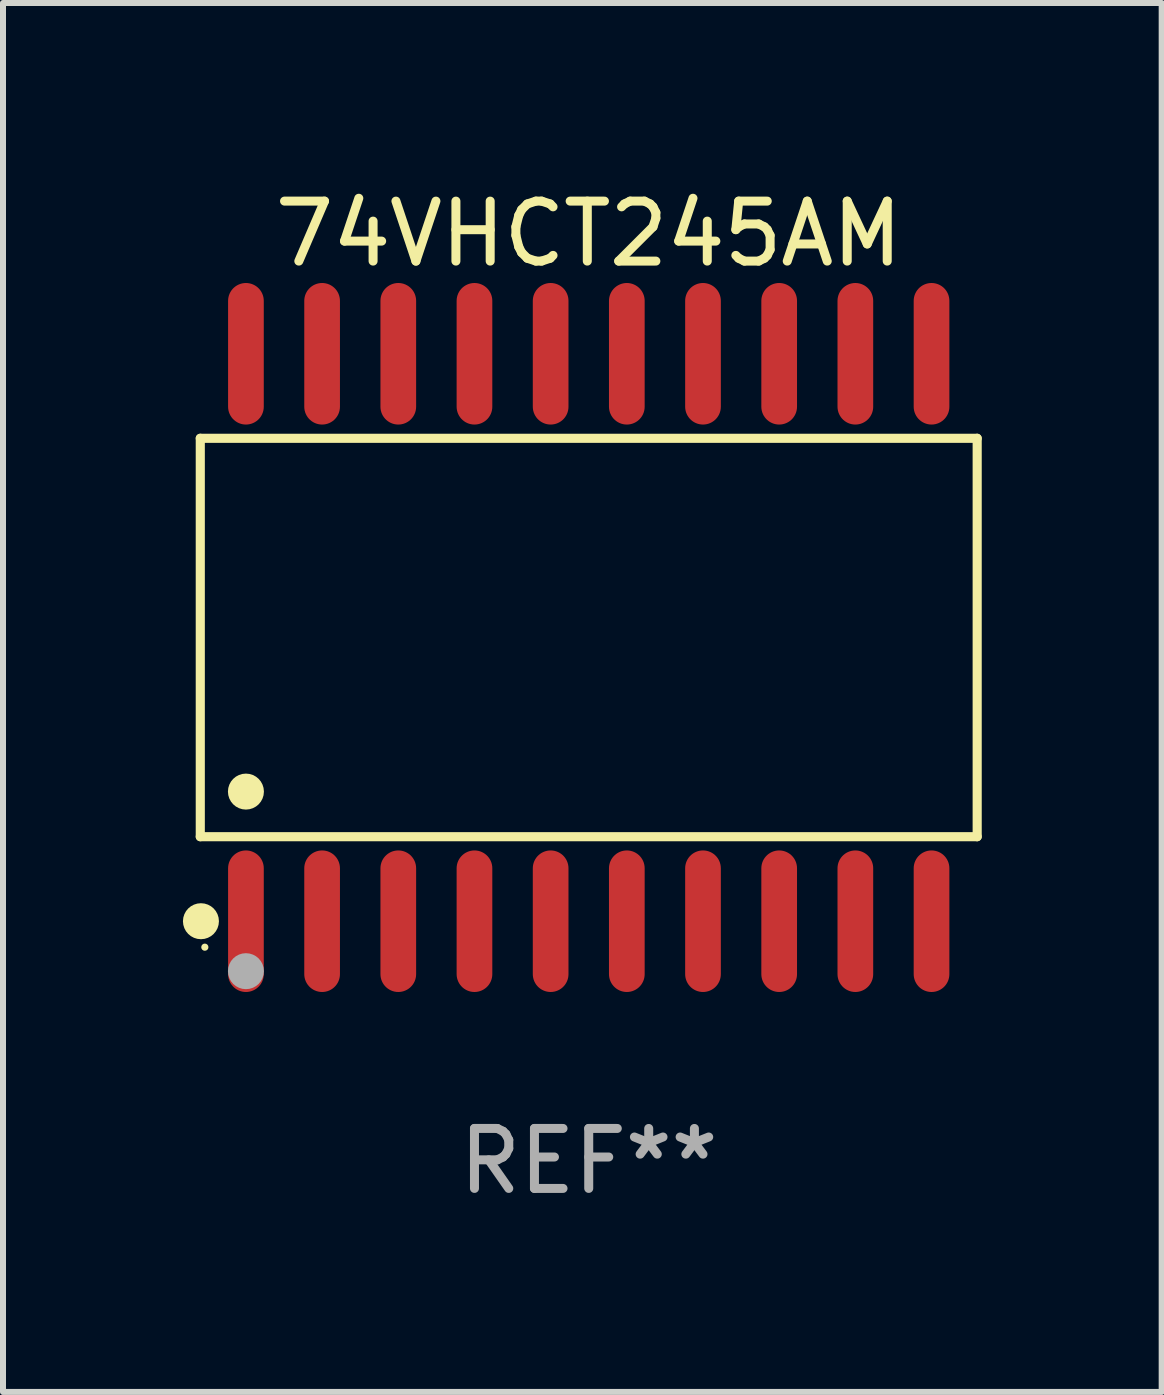
<source format=kicad_pcb>
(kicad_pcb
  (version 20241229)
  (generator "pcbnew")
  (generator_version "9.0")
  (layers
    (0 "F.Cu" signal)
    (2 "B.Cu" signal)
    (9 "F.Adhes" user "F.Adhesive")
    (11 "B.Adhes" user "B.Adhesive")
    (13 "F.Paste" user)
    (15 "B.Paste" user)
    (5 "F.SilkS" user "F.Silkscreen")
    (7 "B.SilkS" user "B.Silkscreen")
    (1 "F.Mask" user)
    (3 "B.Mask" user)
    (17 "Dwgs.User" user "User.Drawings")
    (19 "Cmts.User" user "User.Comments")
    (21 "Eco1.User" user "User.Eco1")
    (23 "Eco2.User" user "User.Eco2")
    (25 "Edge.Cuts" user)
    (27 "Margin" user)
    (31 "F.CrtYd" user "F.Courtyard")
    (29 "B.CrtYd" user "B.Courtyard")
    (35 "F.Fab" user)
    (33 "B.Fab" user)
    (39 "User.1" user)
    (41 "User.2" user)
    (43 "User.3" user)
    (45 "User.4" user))
  (footprint "74VHCT245AM"
    (layer "F.Cu")
    (at 6.765 7.578)
    (property "Reference" "74VHCT245AM" (at 0 -6.73 0) (layer "F.SilkS") (effects (font (size 1 1) (thickness 0.15))))
    (attr through_hole)
    (fp_line (start -6.476 -3.321) (end 6.476 -3.321) (stroke (width 0.152) (type solid)) (layer "F.SilkS"))
    (fp_line (start -6.476 3.321) (end -6.476 -3.321) (stroke (width 0.152) (type solid)) (layer "F.SilkS"))
    (fp_line (start 6.476 -3.321) (end 6.476 3.321) (stroke (width 0.152) (type solid)) (layer "F.SilkS"))
    (fp_line (start 6.476 3.321) (end -6.476 3.321) (stroke (width 0.152) (type solid)) (layer "F.SilkS"))
    (fp_circle (center -6.465 4.73) (end -6.315 4.73) (stroke (width 0.3) (type solid)) (fill no) (layer "F.SilkS"))
    (fp_circle (center -6.4 5.163) (end -6.37 5.163) (stroke (width 0.06) (type solid)) (fill no) (layer "F.SilkS"))
    (fp_circle (center -5.715 2.569) (end -5.565 2.569) (stroke (width 0.3) (type solid)) (fill no) (layer "F.SilkS"))
    (fp_circle (center -5.715 5.563) (end -5.565 5.563) (stroke (width 0.3) (type solid)) (fill no) (layer "F.Fab"))
    (fp_text user "REF**" (at 0 8.73 0) (layer "F.Fab") (effects (font (size 1 1) (thickness 0.15))))
    (pad "1" smd oval (at -5.715 4.73) (size 0.595 2.36) (layers "F.Cu" "F.Mask" "F.Paste"))
    (pad "2" smd oval (at -4.445 4.73) (size 0.595 2.36) (layers "F.Cu" "F.Mask" "F.Paste"))
    (pad "3" smd oval (at -3.175 4.73) (size 0.595 2.36) (layers "F.Cu" "F.Mask" "F.Paste"))
    (pad "4" smd oval (at -1.905 4.73) (size 0.595 2.36) (layers "F.Cu" "F.Mask" "F.Paste"))
    (pad "5" smd oval (at -0.635 4.73) (size 0.595 2.36) (layers "F.Cu" "F.Mask" "F.Paste"))
    (pad "6" smd oval (at 0.635 4.73) (size 0.595 2.36) (layers "F.Cu" "F.Mask" "F.Paste"))
    (pad "7" smd oval (at 1.905 4.73) (size 0.595 2.36) (layers "F.Cu" "F.Mask" "F.Paste"))
    (pad "8" smd oval (at 3.175 4.73) (size 0.595 2.36) (layers "F.Cu" "F.Mask" "F.Paste"))
    (pad "9" smd oval (at 4.445 4.73) (size 0.595 2.36) (layers "F.Cu" "F.Mask" "F.Paste"))
    (pad "10" smd oval (at 5.715 4.73) (size 0.595 2.36) (layers "F.Cu" "F.Mask" "F.Paste"))
    (pad "11" smd oval (at 5.715 -4.73) (size 0.595 2.36) (layers "F.Cu" "F.Mask" "F.Paste"))
    (pad "12" smd oval (at 4.445 -4.73) (size 0.595 2.36) (layers "F.Cu" "F.Mask" "F.Paste"))
    (pad "13" smd oval (at 3.175 -4.73) (size 0.595 2.36) (layers "F.Cu" "F.Mask" "F.Paste"))
    (pad "14" smd oval (at 1.905 -4.73) (size 0.595 2.36) (layers "F.Cu" "F.Mask" "F.Paste"))
    (pad "15" smd oval (at 0.635 -4.73) (size 0.595 2.36) (layers "F.Cu" "F.Mask" "F.Paste"))
    (pad "16" smd oval (at -0.635 -4.73) (size 0.595 2.36) (layers "F.Cu" "F.Mask" "F.Paste"))
    (pad "17" smd oval (at -1.905 -4.73) (size 0.595 2.36) (layers "F.Cu" "F.Mask" "F.Paste"))
    (pad "18" smd oval (at -3.175 -4.73) (size 0.595 2.36) (layers "F.Cu" "F.Mask" "F.Paste"))
    (pad "19" smd oval (at -4.445 -4.73) (size 0.595 2.36) (layers "F.Cu" "F.Mask" "F.Paste"))
    (pad "20" smd oval (at -5.715 -4.73) (size 0.595 2.36) (layers "F.Cu" "F.Mask" "F.Paste")))
  (gr_rect
    (start -3 -3)
    (end 16.317 20.156)
    (stroke (width 0.1) (type default))
    (fill no)
    (layer "Edge.Cuts")))
</source>
